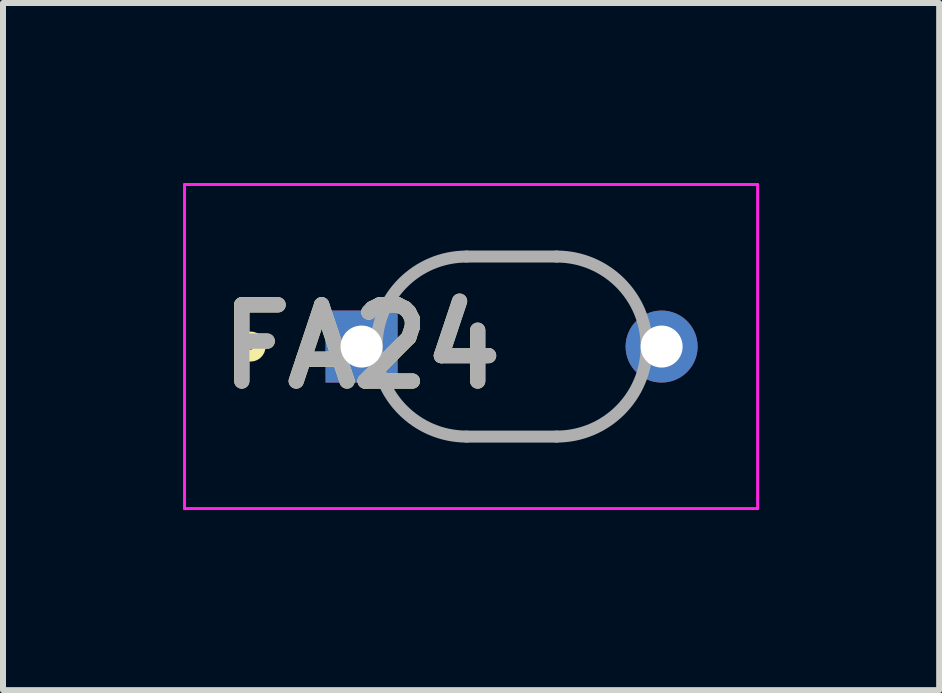
<source format=kicad_pcb>
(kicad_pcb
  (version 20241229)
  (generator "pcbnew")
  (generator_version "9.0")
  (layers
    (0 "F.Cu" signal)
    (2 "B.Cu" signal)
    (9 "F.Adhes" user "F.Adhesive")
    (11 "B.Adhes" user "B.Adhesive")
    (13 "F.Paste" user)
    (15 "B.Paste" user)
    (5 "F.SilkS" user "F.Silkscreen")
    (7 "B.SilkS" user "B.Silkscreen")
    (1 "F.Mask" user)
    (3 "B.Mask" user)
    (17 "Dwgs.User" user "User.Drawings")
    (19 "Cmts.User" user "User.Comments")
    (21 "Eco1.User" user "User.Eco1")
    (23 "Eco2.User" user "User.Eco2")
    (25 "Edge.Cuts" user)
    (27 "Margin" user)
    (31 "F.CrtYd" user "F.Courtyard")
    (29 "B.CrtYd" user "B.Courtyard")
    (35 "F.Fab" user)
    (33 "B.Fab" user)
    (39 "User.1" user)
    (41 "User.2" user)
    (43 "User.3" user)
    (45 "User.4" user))
  (footprint "FA24"
    (layer "F.Cu")
    (at 2.975 2.725)
    (property "Reference" "FA24" (at 0 0 0) (layer "F.SilkS") (effects (font (size 1.27 1.27) (thickness 0.254))))
    (attr through_hole)
    (fp_line (start 1.75 -1.5) (end 3.25 -1.5) (stroke (width 0.1) (type solid)) (layer "F.SilkS"))
    (fp_line (start 3.25 1.5) (end 1.75 1.5) (stroke (width 0.1) (type solid)) (layer "F.SilkS"))
    (fp_circle (center -1.85 0) (end -1.85 0.05) (stroke (width 0.2) (type solid)) (fill no) (layer "F.SilkS"))
    (fp_line (start -2.95 -2.7) (end 6.6 -2.7) (stroke (width 0.05) (type solid)) (layer "F.CrtYd"))
    (fp_line (start -2.95 2.7) (end -2.95 -2.7) (stroke (width 0.05) (type solid)) (layer "F.CrtYd"))
    (fp_line (start 6.6 -2.7) (end 6.6 2.7) (stroke (width 0.05) (type solid)) (layer "F.CrtYd"))
    (fp_line (start 6.6 2.7) (end -2.95 2.7) (stroke (width 0.05) (type solid)) (layer "F.CrtYd"))
    (fp_line (start 1.75 -1.5) (end 3.25 -1.5) (stroke (width 0.2) (type solid)) (layer "F.Fab"))
    (fp_line (start 3.25 1.5) (end 1.75 1.5) (stroke (width 0.2) (type solid)) (layer "F.Fab"))
    (fp_arc (start 1.75 1.5) (mid 0.25 0) (end 1.75 -1.5) (stroke (width 0.2) (type solid)) (layer "F.Fab"))
    (fp_arc (start 3.25 -1.5) (mid 4.75 0) (end 3.25 1.5) (stroke (width 0.2) (type solid)) (layer "F.Fab"))
    (fp_text user "${REFERENCE}" (at 0 0 0) (layer "F.Fab") (effects (font (size 1.27 1.27) (thickness 0.254))))
    (pad "1" thru_hole rect (at 0 0) (size 1.2 1.2) (drill 0.7) (layers "*.Cu" "*.Mask"))
    (pad "2" thru_hole circle (at 5 0) (size 1.2 1.2) (drill 0.7) (layers "*.Cu" "*.Mask")))
  (gr_rect
    (start -3 -3)
    (end 12.6 8.45)
    (stroke (width 0.1) (type default))
    (fill no)
    (layer "Edge.Cuts")))
</source>
